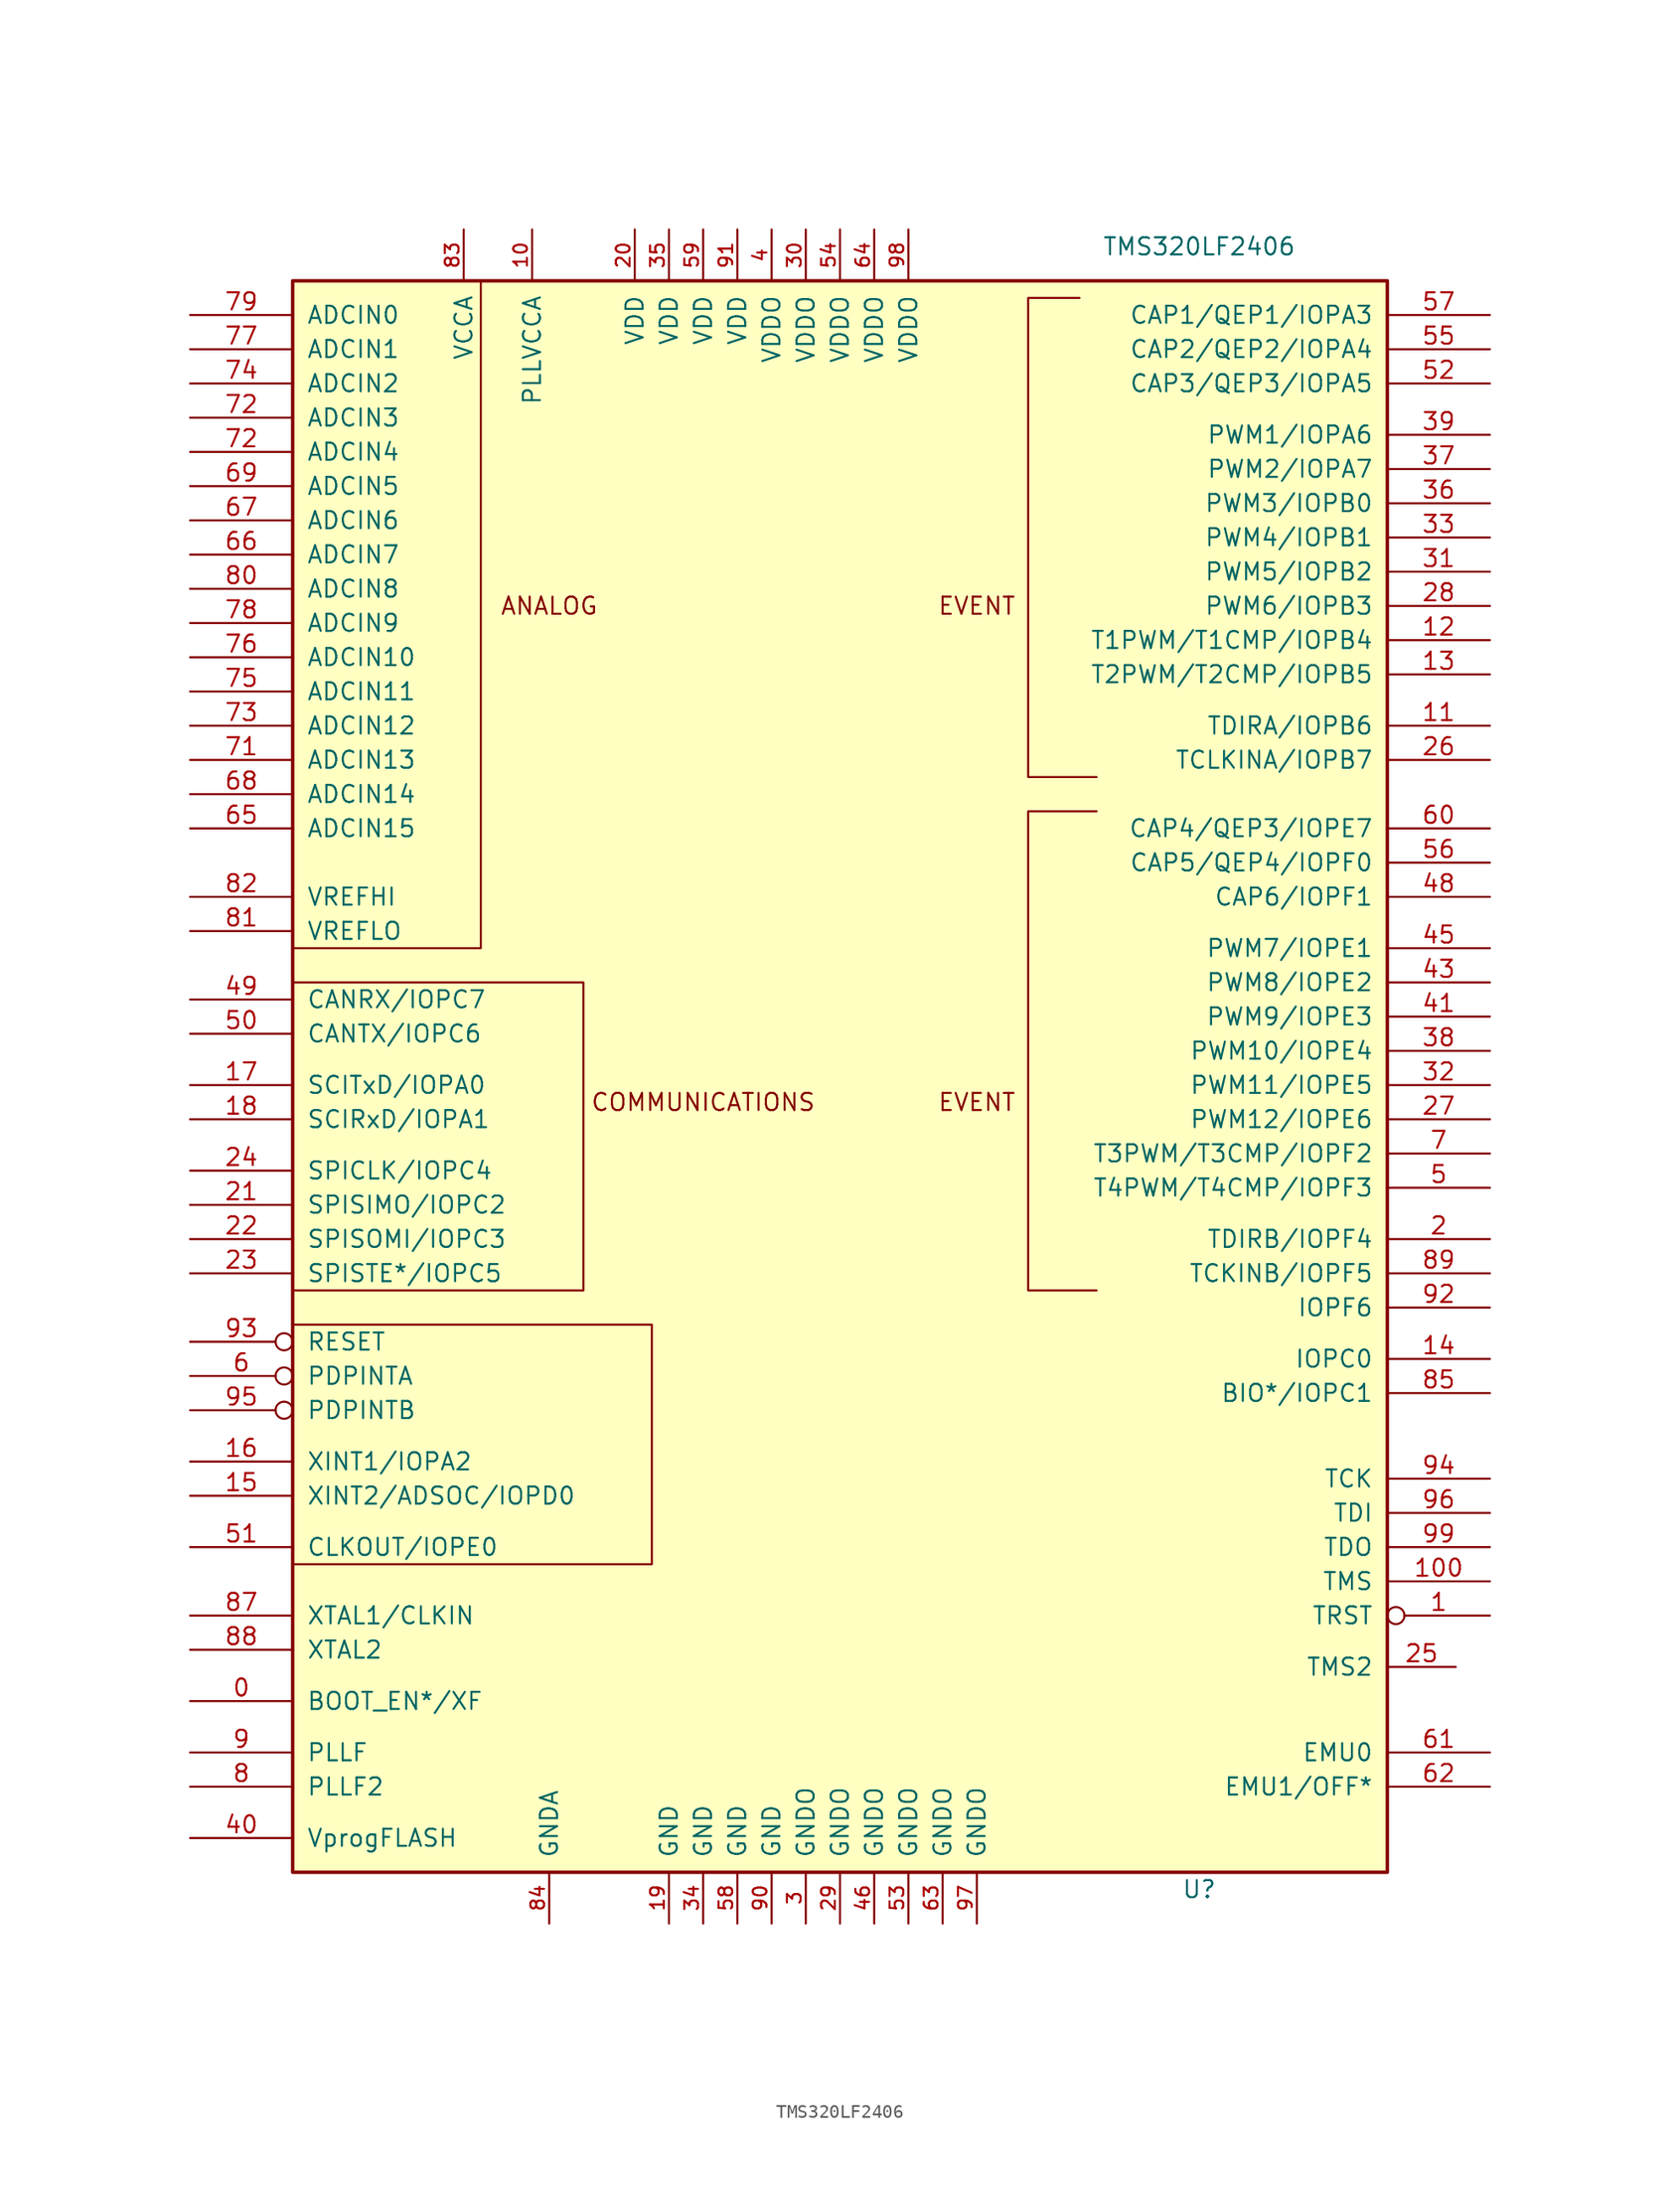
<source format=kicad_sym>
(kicad_symbol_lib
  (version 20201005)
  (generator kicad_symbol_editor)
  (symbol "TMS320LF2406"
    (pin_names
      (offset 1.016))
    (property "Reference" "U"
      (at 26.67 -60.96 0)
      (effects (font (size 1.27 1.27))))
    (property "Value" "TMS320LF2406"
      (at 26.67 60.96 0)
      (effects (font (size 1.27 1.27))))
    (symbol "TMS320LF2406_0_1"
      (text "ANALOG" (at -21.59 34.29 0) (effects (font (size 1.27 1.27))))
      (text "COMMUNICATIONS" (at -10.16 -2.54 0) (effects (font (size 1.27 1.27))))
      (text "EVENT" (at 10.16 -2.54 0) (effects (font (size 1.27 1.27))))
      (text "EVENT" (at 10.16 34.29 0) (effects (font (size 1.27 1.27))))
      (rectangle (start -40.64 58.42) (end 40.64 -59.69) (stroke (width 0.254)) (fill (type background)))
      (polyline (pts (xy -26.67 58.42) (xy -26.67 8.89) (xy -40.64 8.89)) (stroke (width 0)) (fill (type none)))
      (polyline (pts (xy -40.64 -19.05) (xy -13.97 -19.05) (xy -13.97 -36.83) (xy -40.64 -36.83)) (stroke (width 0)) (fill (type none)))
      (polyline (pts (xy -40.64 6.35) (xy -19.05 6.35) (xy -19.05 -16.51) (xy -40.64 -16.51)) (stroke (width 0)) (fill (type none)))
      (polyline (pts (xy 17.78 57.15) (xy 13.97 57.15) (xy 13.97 21.59) (xy 19.05 21.59)) (stroke (width 0)) (fill (type none)))
      (polyline (pts (xy 19.05 19.05) (xy 13.97 19.05) (xy 13.97 -16.51) (xy 19.05 -16.51)) (stroke (width 0)) (fill (type none)))
      (pin input line (at -48.26 53.34 0) (length 7.62) (name "ADCIN1" (effects (font (size 1.27 1.27)))) (number "77" (effects (font (size 1.27 1.27))))))
    (symbol "TMS320LF2406_1_1"
      (pin input line (at -48.26 -46.99 0) (length 7.62) (name "BOOT_EN*/XF" (effects (font (size 1.27 1.27)))) (number "0" (effects (font (size 1.27 1.27)))))
      (pin input inverted (at 48.26 -40.64 180) (length 7.62) (name "TRST" (effects (font (size 1.27 1.27)))) (number "1" (effects (font (size 1.27 1.27)))))
      (pin power_in line (at -22.86 62.23 270) (length 3.81) (name "PLLVCCA" (effects (font (size 1.27 1.27)))) (number "10" (effects (font (size 1.016 1.016)))))
      (pin input line (at 48.26 -38.1 180) (length 7.62) (name "TMS" (effects (font (size 1.27 1.27)))) (number "100" (effects (font (size 1.27 1.27)))))
      (pin bidirectional line (at 48.26 25.4 180) (length 7.62) (name "TDIRA/IOPB6" (effects (font (size 1.27 1.27)))) (number "11" (effects (font (size 1.27 1.27)))))
      (pin bidirectional line (at 48.26 31.75 180) (length 7.62) (name "T1PWM/T1CMP/IOPB4" (effects (font (size 1.27 1.27)))) (number "12" (effects (font (size 1.27 1.27)))))
      (pin bidirectional line (at 48.26 29.21 180) (length 7.62) (name "T2PWM/T2CMP/IOPB5" (effects (font (size 1.27 1.27)))) (number "13" (effects (font (size 1.27 1.27)))))
      (pin bidirectional line (at 48.26 -21.59 180) (length 7.62) (name "IOPC0" (effects (font (size 1.27 1.27)))) (number "14" (effects (font (size 1.27 1.27)))))
      (pin bidirectional line (at -48.26 -31.75 0) (length 7.62) (name "XINT2/ADSOC/IOPD0" (effects (font (size 1.27 1.27)))) (number "15" (effects (font (size 1.27 1.27)))))
      (pin bidirectional line (at -48.26 -29.21 0) (length 7.62) (name "XINT1/IOPA2" (effects (font (size 1.27 1.27)))) (number "16" (effects (font (size 1.27 1.27)))))
      (pin bidirectional line (at -48.26 -1.27 0) (length 7.62) (name "SCITxD/IOPA0" (effects (font (size 1.27 1.27)))) (number "17" (effects (font (size 1.27 1.27)))))
      (pin bidirectional line (at -48.26 -3.81 0) (length 7.62) (name "SCIRxD/IOPA1" (effects (font (size 1.27 1.27)))) (number "18" (effects (font (size 1.27 1.27)))))
      (pin power_in line (at -12.7 -63.5 90) (length 3.81) (name "GND" (effects (font (size 1.27 1.27)))) (number "19" (effects (font (size 1.016 1.016)))))
      (pin bidirectional line (at 48.26 -12.7 180) (length 7.62) (name "TDIRB/IOPF4" (effects (font (size 1.27 1.27)))) (number "2" (effects (font (size 1.27 1.27)))))
      (pin power_in line (at -15.24 62.23 270) (length 3.81) (name "VDD" (effects (font (size 1.27 1.27)))) (number "20" (effects (font (size 1.016 1.016)))))
      (pin bidirectional line (at -48.26 -10.16 0) (length 7.62) (name "SPISIMO/IOPC2" (effects (font (size 1.27 1.27)))) (number "21" (effects (font (size 1.27 1.27)))))
      (pin bidirectional line (at -48.26 -12.7 0) (length 7.62) (name "SPISOMI/IOPC3" (effects (font (size 1.27 1.27)))) (number "22" (effects (font (size 1.27 1.27)))))
      (pin bidirectional line (at -48.26 -15.24 0) (length 7.62) (name "SPISTE*/IOPC5" (effects (font (size 1.27 1.27)))) (number "23" (effects (font (size 1.27 1.27)))))
      (pin bidirectional line (at -48.26 -7.62 0) (length 7.62) (name "SPICLK/IOPC4" (effects (font (size 1.27 1.27)))) (number "24" (effects (font (size 1.27 1.27)))))
      (pin input line (at 45.72 -44.45 180) (length 5.08) (name "TMS2" (effects (font (size 1.27 1.27)))) (number "25" (effects (font (size 1.27 1.27)))))
      (pin bidirectional line (at 48.26 22.86 180) (length 7.62) (name "TCLKINA/IOPB7" (effects (font (size 1.27 1.27)))) (number "26" (effects (font (size 1.27 1.27)))))
      (pin bidirectional line (at 48.26 -3.81 180) (length 7.62) (name "PWM12/IOPE6" (effects (font (size 1.27 1.27)))) (number "27" (effects (font (size 1.27 1.27)))))
      (pin bidirectional line (at 48.26 34.29 180) (length 7.62) (name "PWM6/IOPB3" (effects (font (size 1.27 1.27)))) (number "28" (effects (font (size 1.27 1.27)))))
      (pin power_in line (at 0 -63.5 90) (length 3.81) (name "GNDO" (effects (font (size 1.27 1.27)))) (number "29" (effects (font (size 1.016 1.016)))))
      (pin power_in line (at -2.54 -63.5 90) (length 3.81) (name "GNDO" (effects (font (size 1.27 1.27)))) (number "3" (effects (font (size 1.016 1.016)))))
      (pin power_in line (at -2.54 62.23 270) (length 3.81) (name "VDDO" (effects (font (size 1.27 1.27)))) (number "30" (effects (font (size 1.016 1.016)))))
      (pin bidirectional line (at 48.26 36.83 180) (length 7.62) (name "PWM5/IOPB2" (effects (font (size 1.27 1.27)))) (number "31" (effects (font (size 1.27 1.27)))))
      (pin bidirectional line (at 48.26 -1.27 180) (length 7.62) (name "PWM11/IOPE5" (effects (font (size 1.27 1.27)))) (number "32" (effects (font (size 1.27 1.27)))))
      (pin bidirectional line (at 48.26 39.37 180) (length 7.62) (name "PWM4/IOPB1" (effects (font (size 1.27 1.27)))) (number "33" (effects (font (size 1.27 1.27)))))
      (pin power_in line (at -10.16 -63.5 90) (length 3.81) (name "GND" (effects (font (size 1.27 1.27)))) (number "34" (effects (font (size 1.016 1.016)))))
      (pin power_in line (at -12.7 62.23 270) (length 3.81) (name "VDD" (effects (font (size 1.27 1.27)))) (number "35" (effects (font (size 1.016 1.016)))))
      (pin bidirectional line (at 48.26 41.91 180) (length 7.62) (name "PWM3/IOPB0" (effects (font (size 1.27 1.27)))) (number "36" (effects (font (size 1.27 1.27)))))
      (pin bidirectional line (at 48.26 44.45 180) (length 7.62) (name "PWM2/IOPA7" (effects (font (size 1.27 1.27)))) (number "37" (effects (font (size 1.27 1.27)))))
      (pin bidirectional line (at 48.26 1.27 180) (length 7.62) (name "PWM10/IOPE4" (effects (font (size 1.27 1.27)))) (number "38" (effects (font (size 1.27 1.27)))))
      (pin bidirectional line (at 48.26 46.99 180) (length 7.62) (name "PWM1/IOPA6" (effects (font (size 1.27 1.27)))) (number "39" (effects (font (size 1.27 1.27)))))
      (pin power_in line (at -5.08 62.23 270) (length 3.81) (name "VDDO" (effects (font (size 1.27 1.27)))) (number "4" (effects (font (size 1.016 1.016)))))
      (pin input line (at -48.26 -57.15 0) (length 7.62) (name "VprogFLASH" (effects (font (size 1.27 1.27)))) (number "40" (effects (font (size 1.27 1.27)))))
      (pin bidirectional line (at 48.26 3.81 180) (length 7.62) (name "PWM9/IOPE3" (effects (font (size 1.27 1.27)))) (number "41" (effects (font (size 1.27 1.27)))))
      (pin bidirectional line (at 48.26 6.35 180) (length 7.62) (name "PWM8/IOPE2" (effects (font (size 1.27 1.27)))) (number "43" (effects (font (size 1.27 1.27)))))
      (pin bidirectional line (at 48.26 8.89 180) (length 7.62) (name "PWM7/IOPE1" (effects (font (size 1.27 1.27)))) (number "45" (effects (font (size 1.27 1.27)))))
      (pin power_in line (at 2.54 -63.5 90) (length 3.81) (name "GNDO" (effects (font (size 1.27 1.27)))) (number "46" (effects (font (size 1.016 1.016)))))
      (pin bidirectional line (at 48.26 12.7 180) (length 7.62) (name "CAP6/IOPF1" (effects (font (size 1.27 1.27)))) (number "48" (effects (font (size 1.27 1.27)))))
      (pin bidirectional line (at -48.26 5.08 0) (length 7.62) (name "CANRX/IOPC7" (effects (font (size 1.27 1.27)))) (number "49" (effects (font (size 1.27 1.27)))))
      (pin bidirectional line (at 48.26 -8.89 180) (length 7.62) (name "T4PWM/T4CMP/IOPF3" (effects (font (size 1.27 1.27)))) (number "5" (effects (font (size 1.27 1.27)))))
      (pin bidirectional line (at -48.26 2.54 0) (length 7.62) (name "CANTX/IOPC6" (effects (font (size 1.27 1.27)))) (number "50" (effects (font (size 1.27 1.27)))))
      (pin bidirectional line (at -48.26 -35.56 0) (length 7.62) (name "CLKOUT/IOPE0" (effects (font (size 1.27 1.27)))) (number "51" (effects (font (size 1.27 1.27)))))
      (pin bidirectional line (at 48.26 50.8 180) (length 7.62) (name "CAP3/QEP3/IOPA5" (effects (font (size 1.27 1.27)))) (number "52" (effects (font (size 1.27 1.27)))))
      (pin power_in line (at 5.08 -63.5 90) (length 3.81) (name "GNDO" (effects (font (size 1.27 1.27)))) (number "53" (effects (font (size 1.016 1.016)))))
      (pin power_in line (at 0 62.23 270) (length 3.81) (name "VDDO" (effects (font (size 1.27 1.27)))) (number "54" (effects (font (size 1.016 1.016)))))
      (pin bidirectional line (at 48.26 53.34 180) (length 7.62) (name "CAP2/QEP2/IOPA4" (effects (font (size 1.27 1.27)))) (number "55" (effects (font (size 1.27 1.27)))))
      (pin bidirectional line (at 48.26 15.24 180) (length 7.62) (name "CAP5/QEP4/IOPF0" (effects (font (size 1.27 1.27)))) (number "56" (effects (font (size 1.27 1.27)))))
      (pin bidirectional line (at 48.26 55.88 180) (length 7.62) (name "CAP1/QEP1/IOPA3" (effects (font (size 1.27 1.27)))) (number "57" (effects (font (size 1.27 1.27)))))
      (pin power_in line (at -7.62 -63.5 90) (length 3.81) (name "GND" (effects (font (size 1.27 1.27)))) (number "58" (effects (font (size 1.016 1.016)))))
      (pin power_in line (at -10.16 62.23 270) (length 3.81) (name "VDD" (effects (font (size 1.27 1.27)))) (number "59" (effects (font (size 1.016 1.016)))))
      (pin input inverted (at -48.26 -22.86 0) (length 7.62) (name "PDPINTA" (effects (font (size 1.27 1.27)))) (number "6" (effects (font (size 1.27 1.27)))))
      (pin bidirectional line (at 48.26 17.78 180) (length 7.62) (name "CAP4/QEP3/IOPE7" (effects (font (size 1.27 1.27)))) (number "60" (effects (font (size 1.27 1.27)))))
      (pin bidirectional line (at 48.26 -50.8 180) (length 7.62) (name "EMU0" (effects (font (size 1.27 1.27)))) (number "61" (effects (font (size 1.27 1.27)))))
      (pin bidirectional line (at 48.26 -53.34 180) (length 7.62) (name "EMU1/OFF*" (effects (font (size 1.27 1.27)))) (number "62" (effects (font (size 1.27 1.27)))))
      (pin power_in line (at 7.62 -63.5 90) (length 3.81) (name "GNDO" (effects (font (size 1.27 1.27)))) (number "63" (effects (font (size 1.016 1.016)))))
      (pin power_in line (at 2.54 62.23 270) (length 3.81) (name "VDDO" (effects (font (size 1.27 1.27)))) (number "64" (effects (font (size 1.016 1.016)))))
      (pin input line (at -48.26 17.78 0) (length 7.62) (name "ADCIN15" (effects (font (size 1.27 1.27)))) (number "65" (effects (font (size 1.27 1.27)))))
      (pin input line (at -48.26 38.1 0) (length 7.62) (name "ADCIN7" (effects (font (size 1.27 1.27)))) (number "66" (effects (font (size 1.27 1.27)))))
      (pin input line (at -48.26 40.64 0) (length 7.62) (name "ADCIN6" (effects (font (size 1.27 1.27)))) (number "67" (effects (font (size 1.27 1.27)))))
      (pin input line (at -48.26 20.32 0) (length 7.62) (name "ADCIN14" (effects (font (size 1.27 1.27)))) (number "68" (effects (font (size 1.27 1.27)))))
      (pin input line (at -48.26 43.18 0) (length 7.62) (name "ADCIN5" (effects (font (size 1.27 1.27)))) (number "69" (effects (font (size 1.27 1.27)))))
      (pin bidirectional line (at 48.26 -6.35 180) (length 7.62) (name "T3PWM/T3CMP/IOPF2" (effects (font (size 1.27 1.27)))) (number "7" (effects (font (size 1.27 1.27)))))
      (pin input line (at -48.26 22.86 0) (length 7.62) (name "ADCIN13" (effects (font (size 1.27 1.27)))) (number "71" (effects (font (size 1.27 1.27)))))
      (pin input line (at -48.26 48.26 0) (length 7.62) (name "ADCIN3" (effects (font (size 1.27 1.27)))) (number "72" (effects (font (size 1.27 1.27)))))
      (pin input line (at -48.26 45.72 0) (length 7.62) (name "ADCIN4" (effects (font (size 1.27 1.27)))) (number "72" (effects (font (size 1.27 1.27)))))
      (pin input line (at -48.26 25.4 0) (length 7.62) (name "ADCIN12" (effects (font (size 1.27 1.27)))) (number "73" (effects (font (size 1.27 1.27)))))
      (pin input line (at -48.26 50.8 0) (length 7.62) (name "ADCIN2" (effects (font (size 1.27 1.27)))) (number "74" (effects (font (size 1.27 1.27)))))
      (pin input line (at -48.26 27.94 0) (length 7.62) (name "ADCIN11" (effects (font (size 1.27 1.27)))) (number "75" (effects (font (size 1.27 1.27)))))
      (pin input line (at -48.26 30.48 0) (length 7.62) (name "ADCIN10" (effects (font (size 1.27 1.27)))) (number "76" (effects (font (size 1.27 1.27)))))
      (pin input line (at -48.26 33.02 0) (length 7.62) (name "ADCIN9" (effects (font (size 1.27 1.27)))) (number "78" (effects (font (size 1.27 1.27)))))
      (pin input line (at -48.26 55.88 0) (length 7.62) (name "ADCIN0" (effects (font (size 1.27 1.27)))) (number "79" (effects (font (size 1.27 1.27)))))
      (pin input line (at -48.26 -53.34 0) (length 7.62) (name "PLLF2" (effects (font (size 1.27 1.27)))) (number "8" (effects (font (size 1.27 1.27)))))
      (pin input line (at -48.26 35.56 0) (length 7.62) (name "ADCIN8" (effects (font (size 1.27 1.27)))) (number "80" (effects (font (size 1.27 1.27)))))
      (pin input line (at -48.26 10.16 0) (length 7.62) (name "VREFLO" (effects (font (size 1.27 1.27)))) (number "81" (effects (font (size 1.27 1.27)))))
      (pin input line (at -48.26 12.7 0) (length 7.62) (name "VREFHI" (effects (font (size 1.27 1.27)))) (number "82" (effects (font (size 1.27 1.27)))))
      (pin power_in line (at -27.94 62.23 270) (length 3.81) (name "VCCA" (effects (font (size 1.27 1.27)))) (number "83" (effects (font (size 1.016 1.016)))))
      (pin power_in line (at -21.59 -63.5 90) (length 3.81) (name "GNDA" (effects (font (size 1.27 1.27)))) (number "84" (effects (font (size 1.016 1.016)))))
      (pin bidirectional line (at 48.26 -24.13 180) (length 7.62) (name "BIO*/IOPC1" (effects (font (size 1.27 1.27)))) (number "85" (effects (font (size 1.27 1.27)))))
      (pin input line (at -48.26 -40.64 0) (length 7.62) (name "XTAL1/CLKIN" (effects (font (size 1.27 1.27)))) (number "87" (effects (font (size 1.27 1.27)))))
      (pin output line (at -48.26 -43.18 0) (length 7.62) (name "XTAL2" (effects (font (size 1.27 1.27)))) (number "88" (effects (font (size 1.27 1.27)))))
      (pin bidirectional line (at 48.26 -15.24 180) (length 7.62) (name "TCKINB/IOPF5" (effects (font (size 1.27 1.27)))) (number "89" (effects (font (size 1.27 1.27)))))
      (pin input line (at -48.26 -50.8 0) (length 7.62) (name "PLLF" (effects (font (size 1.27 1.27)))) (number "9" (effects (font (size 1.27 1.27)))))
      (pin power_in line (at -5.08 -63.5 90) (length 3.81) (name "GND" (effects (font (size 1.27 1.27)))) (number "90" (effects (font (size 1.016 1.016)))))
      (pin power_in line (at -7.62 62.23 270) (length 3.81) (name "VDD" (effects (font (size 1.27 1.27)))) (number "91" (effects (font (size 1.016 1.016)))))
      (pin bidirectional line (at 48.26 -17.78 180) (length 7.62) (name "IOPF6" (effects (font (size 1.27 1.27)))) (number "92" (effects (font (size 1.27 1.27)))))
      (pin input inverted (at -48.26 -20.32 0) (length 7.62) (name "RESET" (effects (font (size 1.27 1.27)))) (number "93" (effects (font (size 1.27 1.27)))))
      (pin bidirectional line (at 48.26 -30.48 180) (length 7.62) (name "TCK" (effects (font (size 1.27 1.27)))) (number "94" (effects (font (size 1.27 1.27)))))
      (pin input inverted (at -48.26 -25.4 0) (length 7.62) (name "PDPINTB" (effects (font (size 1.27 1.27)))) (number "95" (effects (font (size 1.27 1.27)))))
      (pin input line (at 48.26 -33.02 180) (length 7.62) (name "TDI" (effects (font (size 1.27 1.27)))) (number "96" (effects (font (size 1.27 1.27)))))
      (pin power_in line (at 10.16 -63.5 90) (length 3.81) (name "GNDO" (effects (font (size 1.27 1.27)))) (number "97" (effects (font (size 1.016 1.016)))))
      (pin power_in line (at 5.08 62.23 270) (length 3.81) (name "VDDO" (effects (font (size 1.27 1.27)))) (number "98" (effects (font (size 1.016 1.016)))))
      (pin output line (at 48.26 -35.56 180) (length 7.62) (name "TDO" (effects (font (size 1.27 1.27)))) (number "99" (effects (font (size 1.27 1.27))))))))
</source>
